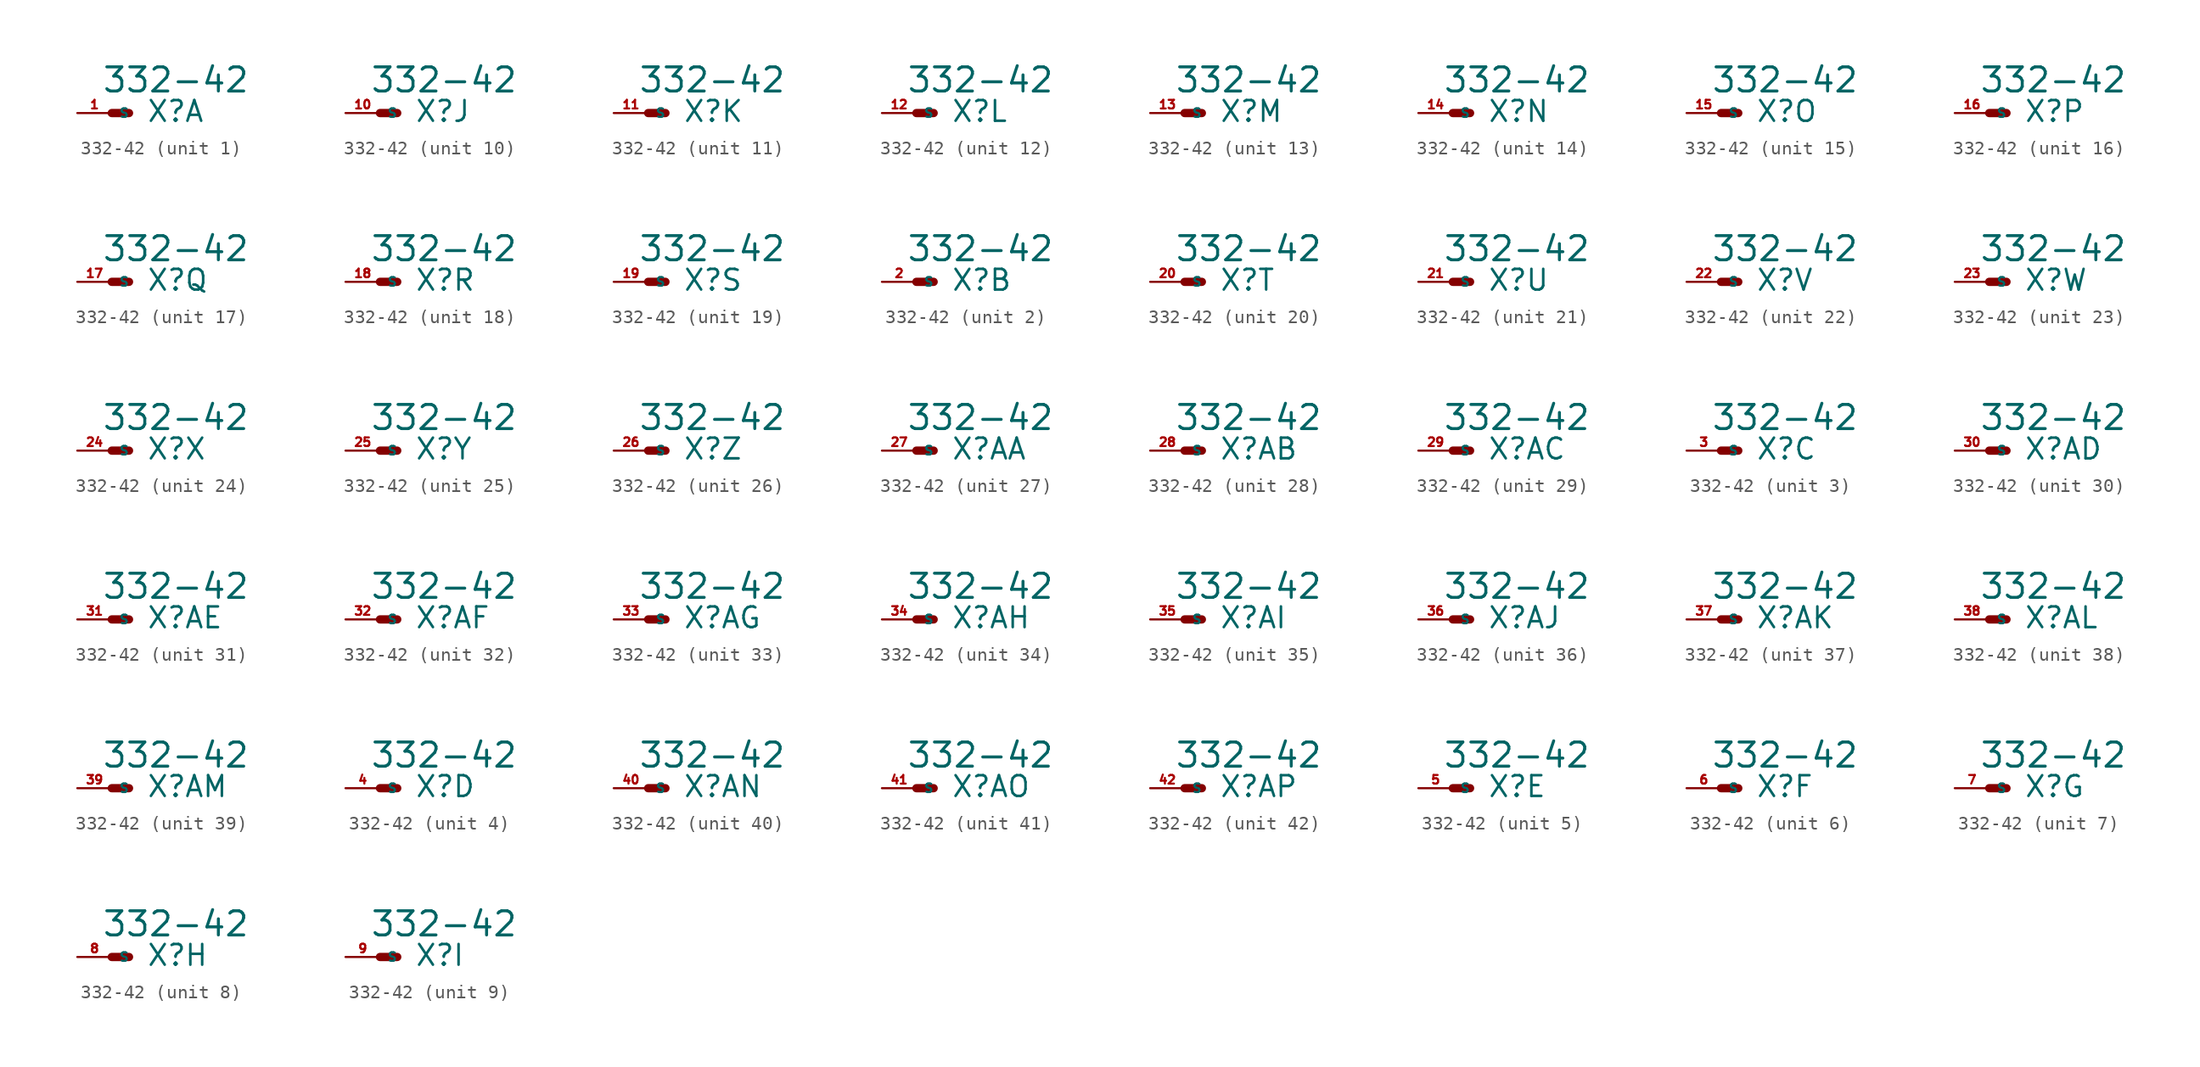
<source format=kicad_sym>
(kicad_symbol_lib
  (version 20220914)
  (generator Eagle2Kicad)
  (symbol "332-42"
    (property "Reference" "X"
      (at 2.54 -0.762 0)
      (effects (font (size 1.524 1.524) (thickness 0.19)) (justify left bottom)))
    (property "Value" "332-42"
      (at -0.762 1.397 0)
      (effects (font (size 1.778 1.778) (thickness 0.22)) (justify left bottom)))
    (symbol "332-42_1_0"
      (polyline (pts (xy 1.27 0) (xy 0 0)) (stroke (width 0.61) (type default)) (fill (type none)))
      (pin passive line (at -2.54 0 0) (length 2.54) (name "S" (effects (font (size 0.635 0.635) (thickness 0.08)) (justify left bottom))) (number "1" (effects (font (size 0.635 0.635) (thickness 0.08)) (justify left bottom)))))
    (symbol "332-42_2_0"
      (polyline (pts (xy 1.27 0) (xy 0 0)) (stroke (width 0.61) (type default)) (fill (type none)))
      (pin passive line (at -2.54 0 0) (length 2.54) (name "S" (effects (font (size 0.635 0.635) (thickness 0.08)) (justify left bottom))) (number "2" (effects (font (size 0.635 0.635) (thickness 0.08)) (justify left bottom)))))
    (symbol "332-42_3_0"
      (polyline (pts (xy 1.27 0) (xy 0 0)) (stroke (width 0.61) (type default)) (fill (type none)))
      (pin passive line (at -2.54 0 0) (length 2.54) (name "S" (effects (font (size 0.635 0.635) (thickness 0.08)) (justify left bottom))) (number "3" (effects (font (size 0.635 0.635) (thickness 0.08)) (justify left bottom)))))
    (symbol "332-42_4_0"
      (polyline (pts (xy 1.27 0) (xy 0 0)) (stroke (width 0.61) (type default)) (fill (type none)))
      (pin passive line (at -2.54 0 0) (length 2.54) (name "S" (effects (font (size 0.635 0.635) (thickness 0.08)) (justify left bottom))) (number "4" (effects (font (size 0.635 0.635) (thickness 0.08)) (justify left bottom)))))
    (symbol "332-42_5_0"
      (polyline (pts (xy 1.27 0) (xy 0 0)) (stroke (width 0.61) (type default)) (fill (type none)))
      (pin passive line (at -2.54 0 0) (length 2.54) (name "S" (effects (font (size 0.635 0.635) (thickness 0.08)) (justify left bottom))) (number "5" (effects (font (size 0.635 0.635) (thickness 0.08)) (justify left bottom)))))
    (symbol "332-42_6_0"
      (polyline (pts (xy 1.27 0) (xy 0 0)) (stroke (width 0.61) (type default)) (fill (type none)))
      (pin passive line (at -2.54 0 0) (length 2.54) (name "S" (effects (font (size 0.635 0.635) (thickness 0.08)) (justify left bottom))) (number "6" (effects (font (size 0.635 0.635) (thickness 0.08)) (justify left bottom)))))
    (symbol "332-42_7_0"
      (polyline (pts (xy 1.27 0) (xy 0 0)) (stroke (width 0.61) (type default)) (fill (type none)))
      (pin passive line (at -2.54 0 0) (length 2.54) (name "S" (effects (font (size 0.635 0.635) (thickness 0.08)) (justify left bottom))) (number "7" (effects (font (size 0.635 0.635) (thickness 0.08)) (justify left bottom)))))
    (symbol "332-42_8_0"
      (polyline (pts (xy 1.27 0) (xy 0 0)) (stroke (width 0.61) (type default)) (fill (type none)))
      (pin passive line (at -2.54 0 0) (length 2.54) (name "S" (effects (font (size 0.635 0.635) (thickness 0.08)) (justify left bottom))) (number "8" (effects (font (size 0.635 0.635) (thickness 0.08)) (justify left bottom)))))
    (symbol "332-42_9_0"
      (polyline (pts (xy 1.27 0) (xy 0 0)) (stroke (width 0.61) (type default)) (fill (type none)))
      (pin passive line (at -2.54 0 0) (length 2.54) (name "S" (effects (font (size 0.635 0.635) (thickness 0.08)) (justify left bottom))) (number "9" (effects (font (size 0.635 0.635) (thickness 0.08)) (justify left bottom)))))
    (symbol "332-42_10_0"
      (polyline (pts (xy 1.27 0) (xy 0 0)) (stroke (width 0.61) (type default)) (fill (type none)))
      (pin passive line (at -2.54 0 0) (length 2.54) (name "S" (effects (font (size 0.635 0.635) (thickness 0.08)) (justify left bottom))) (number "10" (effects (font (size 0.635 0.635) (thickness 0.08)) (justify left bottom)))))
    (symbol "332-42_11_0"
      (polyline (pts (xy 1.27 0) (xy 0 0)) (stroke (width 0.61) (type default)) (fill (type none)))
      (pin passive line (at -2.54 0 0) (length 2.54) (name "S" (effects (font (size 0.635 0.635) (thickness 0.08)) (justify left bottom))) (number "11" (effects (font (size 0.635 0.635) (thickness 0.08)) (justify left bottom)))))
    (symbol "332-42_12_0"
      (polyline (pts (xy 1.27 0) (xy 0 0)) (stroke (width 0.61) (type default)) (fill (type none)))
      (pin passive line (at -2.54 0 0) (length 2.54) (name "S" (effects (font (size 0.635 0.635) (thickness 0.08)) (justify left bottom))) (number "12" (effects (font (size 0.635 0.635) (thickness 0.08)) (justify left bottom)))))
    (symbol "332-42_13_0"
      (polyline (pts (xy 1.27 0) (xy 0 0)) (stroke (width 0.61) (type default)) (fill (type none)))
      (pin passive line (at -2.54 0 0) (length 2.54) (name "S" (effects (font (size 0.635 0.635) (thickness 0.08)) (justify left bottom))) (number "13" (effects (font (size 0.635 0.635) (thickness 0.08)) (justify left bottom)))))
    (symbol "332-42_14_0"
      (polyline (pts (xy 1.27 0) (xy 0 0)) (stroke (width 0.61) (type default)) (fill (type none)))
      (pin passive line (at -2.54 0 0) (length 2.54) (name "S" (effects (font (size 0.635 0.635) (thickness 0.08)) (justify left bottom))) (number "14" (effects (font (size 0.635 0.635) (thickness 0.08)) (justify left bottom)))))
    (symbol "332-42_15_0"
      (polyline (pts (xy 1.27 0) (xy 0 0)) (stroke (width 0.61) (type default)) (fill (type none)))
      (pin passive line (at -2.54 0 0) (length 2.54) (name "S" (effects (font (size 0.635 0.635) (thickness 0.08)) (justify left bottom))) (number "15" (effects (font (size 0.635 0.635) (thickness 0.08)) (justify left bottom)))))
    (symbol "332-42_16_0"
      (polyline (pts (xy 1.27 0) (xy 0 0)) (stroke (width 0.61) (type default)) (fill (type none)))
      (pin passive line (at -2.54 0 0) (length 2.54) (name "S" (effects (font (size 0.635 0.635) (thickness 0.08)) (justify left bottom))) (number "16" (effects (font (size 0.635 0.635) (thickness 0.08)) (justify left bottom)))))
    (symbol "332-42_17_0"
      (polyline (pts (xy 1.27 0) (xy 0 0)) (stroke (width 0.61) (type default)) (fill (type none)))
      (pin passive line (at -2.54 0 0) (length 2.54) (name "S" (effects (font (size 0.635 0.635) (thickness 0.08)) (justify left bottom))) (number "17" (effects (font (size 0.635 0.635) (thickness 0.08)) (justify left bottom)))))
    (symbol "332-42_18_0"
      (polyline (pts (xy 1.27 0) (xy 0 0)) (stroke (width 0.61) (type default)) (fill (type none)))
      (pin passive line (at -2.54 0 0) (length 2.54) (name "S" (effects (font (size 0.635 0.635) (thickness 0.08)) (justify left bottom))) (number "18" (effects (font (size 0.635 0.635) (thickness 0.08)) (justify left bottom)))))
    (symbol "332-42_19_0"
      (polyline (pts (xy 1.27 0) (xy 0 0)) (stroke (width 0.61) (type default)) (fill (type none)))
      (pin passive line (at -2.54 0 0) (length 2.54) (name "S" (effects (font (size 0.635 0.635) (thickness 0.08)) (justify left bottom))) (number "19" (effects (font (size 0.635 0.635) (thickness 0.08)) (justify left bottom)))))
    (symbol "332-42_20_0"
      (polyline (pts (xy 1.27 0) (xy 0 0)) (stroke (width 0.61) (type default)) (fill (type none)))
      (pin passive line (at -2.54 0 0) (length 2.54) (name "S" (effects (font (size 0.635 0.635) (thickness 0.08)) (justify left bottom))) (number "20" (effects (font (size 0.635 0.635) (thickness 0.08)) (justify left bottom)))))
    (symbol "332-42_21_0"
      (polyline (pts (xy 1.27 0) (xy 0 0)) (stroke (width 0.61) (type default)) (fill (type none)))
      (pin passive line (at -2.54 0 0) (length 2.54) (name "S" (effects (font (size 0.635 0.635) (thickness 0.08)) (justify left bottom))) (number "21" (effects (font (size 0.635 0.635) (thickness 0.08)) (justify left bottom)))))
    (symbol "332-42_22_0"
      (polyline (pts (xy 1.27 0) (xy 0 0)) (stroke (width 0.61) (type default)) (fill (type none)))
      (pin passive line (at -2.54 0 0) (length 2.54) (name "S" (effects (font (size 0.635 0.635) (thickness 0.08)) (justify left bottom))) (number "22" (effects (font (size 0.635 0.635) (thickness 0.08)) (justify left bottom)))))
    (symbol "332-42_23_0"
      (polyline (pts (xy 1.27 0) (xy 0 0)) (stroke (width 0.61) (type default)) (fill (type none)))
      (pin passive line (at -2.54 0 0) (length 2.54) (name "S" (effects (font (size 0.635 0.635) (thickness 0.08)) (justify left bottom))) (number "23" (effects (font (size 0.635 0.635) (thickness 0.08)) (justify left bottom)))))
    (symbol "332-42_24_0"
      (polyline (pts (xy 1.27 0) (xy 0 0)) (stroke (width 0.61) (type default)) (fill (type none)))
      (pin passive line (at -2.54 0 0) (length 2.54) (name "S" (effects (font (size 0.635 0.635) (thickness 0.08)) (justify left bottom))) (number "24" (effects (font (size 0.635 0.635) (thickness 0.08)) (justify left bottom)))))
    (symbol "332-42_25_0"
      (polyline (pts (xy 1.27 0) (xy 0 0)) (stroke (width 0.61) (type default)) (fill (type none)))
      (pin passive line (at -2.54 0 0) (length 2.54) (name "S" (effects (font (size 0.635 0.635) (thickness 0.08)) (justify left bottom))) (number "25" (effects (font (size 0.635 0.635) (thickness 0.08)) (justify left bottom)))))
    (symbol "332-42_26_0"
      (polyline (pts (xy 1.27 0) (xy 0 0)) (stroke (width 0.61) (type default)) (fill (type none)))
      (pin passive line (at -2.54 0 0) (length 2.54) (name "S" (effects (font (size 0.635 0.635) (thickness 0.08)) (justify left bottom))) (number "26" (effects (font (size 0.635 0.635) (thickness 0.08)) (justify left bottom)))))
    (symbol "332-42_27_0"
      (polyline (pts (xy 1.27 0) (xy 0 0)) (stroke (width 0.61) (type default)) (fill (type none)))
      (pin passive line (at -2.54 0 0) (length 2.54) (name "S" (effects (font (size 0.635 0.635) (thickness 0.08)) (justify left bottom))) (number "27" (effects (font (size 0.635 0.635) (thickness 0.08)) (justify left bottom)))))
    (symbol "332-42_28_0"
      (polyline (pts (xy 1.27 0) (xy 0 0)) (stroke (width 0.61) (type default)) (fill (type none)))
      (pin passive line (at -2.54 0 0) (length 2.54) (name "S" (effects (font (size 0.635 0.635) (thickness 0.08)) (justify left bottom))) (number "28" (effects (font (size 0.635 0.635) (thickness 0.08)) (justify left bottom)))))
    (symbol "332-42_29_0"
      (polyline (pts (xy 1.27 0) (xy 0 0)) (stroke (width 0.61) (type default)) (fill (type none)))
      (pin passive line (at -2.54 0 0) (length 2.54) (name "S" (effects (font (size 0.635 0.635) (thickness 0.08)) (justify left bottom))) (number "29" (effects (font (size 0.635 0.635) (thickness 0.08)) (justify left bottom)))))
    (symbol "332-42_30_0"
      (polyline (pts (xy 1.27 0) (xy 0 0)) (stroke (width 0.61) (type default)) (fill (type none)))
      (pin passive line (at -2.54 0 0) (length 2.54) (name "S" (effects (font (size 0.635 0.635) (thickness 0.08)) (justify left bottom))) (number "30" (effects (font (size 0.635 0.635) (thickness 0.08)) (justify left bottom)))))
    (symbol "332-42_31_0"
      (polyline (pts (xy 1.27 0) (xy 0 0)) (stroke (width 0.61) (type default)) (fill (type none)))
      (pin passive line (at -2.54 0 0) (length 2.54) (name "S" (effects (font (size 0.635 0.635) (thickness 0.08)) (justify left bottom))) (number "31" (effects (font (size 0.635 0.635) (thickness 0.08)) (justify left bottom)))))
    (symbol "332-42_32_0"
      (polyline (pts (xy 1.27 0) (xy 0 0)) (stroke (width 0.61) (type default)) (fill (type none)))
      (pin passive line (at -2.54 0 0) (length 2.54) (name "S" (effects (font (size 0.635 0.635) (thickness 0.08)) (justify left bottom))) (number "32" (effects (font (size 0.635 0.635) (thickness 0.08)) (justify left bottom)))))
    (symbol "332-42_33_0"
      (polyline (pts (xy 1.27 0) (xy 0 0)) (stroke (width 0.61) (type default)) (fill (type none)))
      (pin passive line (at -2.54 0 0) (length 2.54) (name "S" (effects (font (size 0.635 0.635) (thickness 0.08)) (justify left bottom))) (number "33" (effects (font (size 0.635 0.635) (thickness 0.08)) (justify left bottom)))))
    (symbol "332-42_34_0"
      (polyline (pts (xy 1.27 0) (xy 0 0)) (stroke (width 0.61) (type default)) (fill (type none)))
      (pin passive line (at -2.54 0 0) (length 2.54) (name "S" (effects (font (size 0.635 0.635) (thickness 0.08)) (justify left bottom))) (number "34" (effects (font (size 0.635 0.635) (thickness 0.08)) (justify left bottom)))))
    (symbol "332-42_35_0"
      (polyline (pts (xy 1.27 0) (xy 0 0)) (stroke (width 0.61) (type default)) (fill (type none)))
      (pin passive line (at -2.54 0 0) (length 2.54) (name "S" (effects (font (size 0.635 0.635) (thickness 0.08)) (justify left bottom))) (number "35" (effects (font (size 0.635 0.635) (thickness 0.08)) (justify left bottom)))))
    (symbol "332-42_36_0"
      (polyline (pts (xy 1.27 0) (xy 0 0)) (stroke (width 0.61) (type default)) (fill (type none)))
      (pin passive line (at -2.54 0 0) (length 2.54) (name "S" (effects (font (size 0.635 0.635) (thickness 0.08)) (justify left bottom))) (number "36" (effects (font (size 0.635 0.635) (thickness 0.08)) (justify left bottom)))))
    (symbol "332-42_37_0"
      (polyline (pts (xy 1.27 0) (xy 0 0)) (stroke (width 0.61) (type default)) (fill (type none)))
      (pin passive line (at -2.54 0 0) (length 2.54) (name "S" (effects (font (size 0.635 0.635) (thickness 0.08)) (justify left bottom))) (number "37" (effects (font (size 0.635 0.635) (thickness 0.08)) (justify left bottom)))))
    (symbol "332-42_38_0"
      (polyline (pts (xy 1.27 0) (xy 0 0)) (stroke (width 0.61) (type default)) (fill (type none)))
      (pin passive line (at -2.54 0 0) (length 2.54) (name "S" (effects (font (size 0.635 0.635) (thickness 0.08)) (justify left bottom))) (number "38" (effects (font (size 0.635 0.635) (thickness 0.08)) (justify left bottom)))))
    (symbol "332-42_39_0"
      (polyline (pts (xy 1.27 0) (xy 0 0)) (stroke (width 0.61) (type default)) (fill (type none)))
      (pin passive line (at -2.54 0 0) (length 2.54) (name "S" (effects (font (size 0.635 0.635) (thickness 0.08)) (justify left bottom))) (number "39" (effects (font (size 0.635 0.635) (thickness 0.08)) (justify left bottom)))))
    (symbol "332-42_40_0"
      (polyline (pts (xy 1.27 0) (xy 0 0)) (stroke (width 0.61) (type default)) (fill (type none)))
      (pin passive line (at -2.54 0 0) (length 2.54) (name "S" (effects (font (size 0.635 0.635) (thickness 0.08)) (justify left bottom))) (number "40" (effects (font (size 0.635 0.635) (thickness 0.08)) (justify left bottom)))))
    (symbol "332-42_41_0"
      (polyline (pts (xy 1.27 0) (xy 0 0)) (stroke (width 0.61) (type default)) (fill (type none)))
      (pin passive line (at -2.54 0 0) (length 2.54) (name "S" (effects (font (size 0.635 0.635) (thickness 0.08)) (justify left bottom))) (number "41" (effects (font (size 0.635 0.635) (thickness 0.08)) (justify left bottom)))))
    (symbol "332-42_42_0"
      (polyline (pts (xy 1.27 0) (xy 0 0)) (stroke (width 0.61) (type default)) (fill (type none)))
      (pin passive line (at -2.54 0 0) (length 2.54) (name "S" (effects (font (size 0.635 0.635) (thickness 0.08)) (justify left bottom))) (number "42" (effects (font (size 0.635 0.635) (thickness 0.08)) (justify left bottom)))))))
</source>
